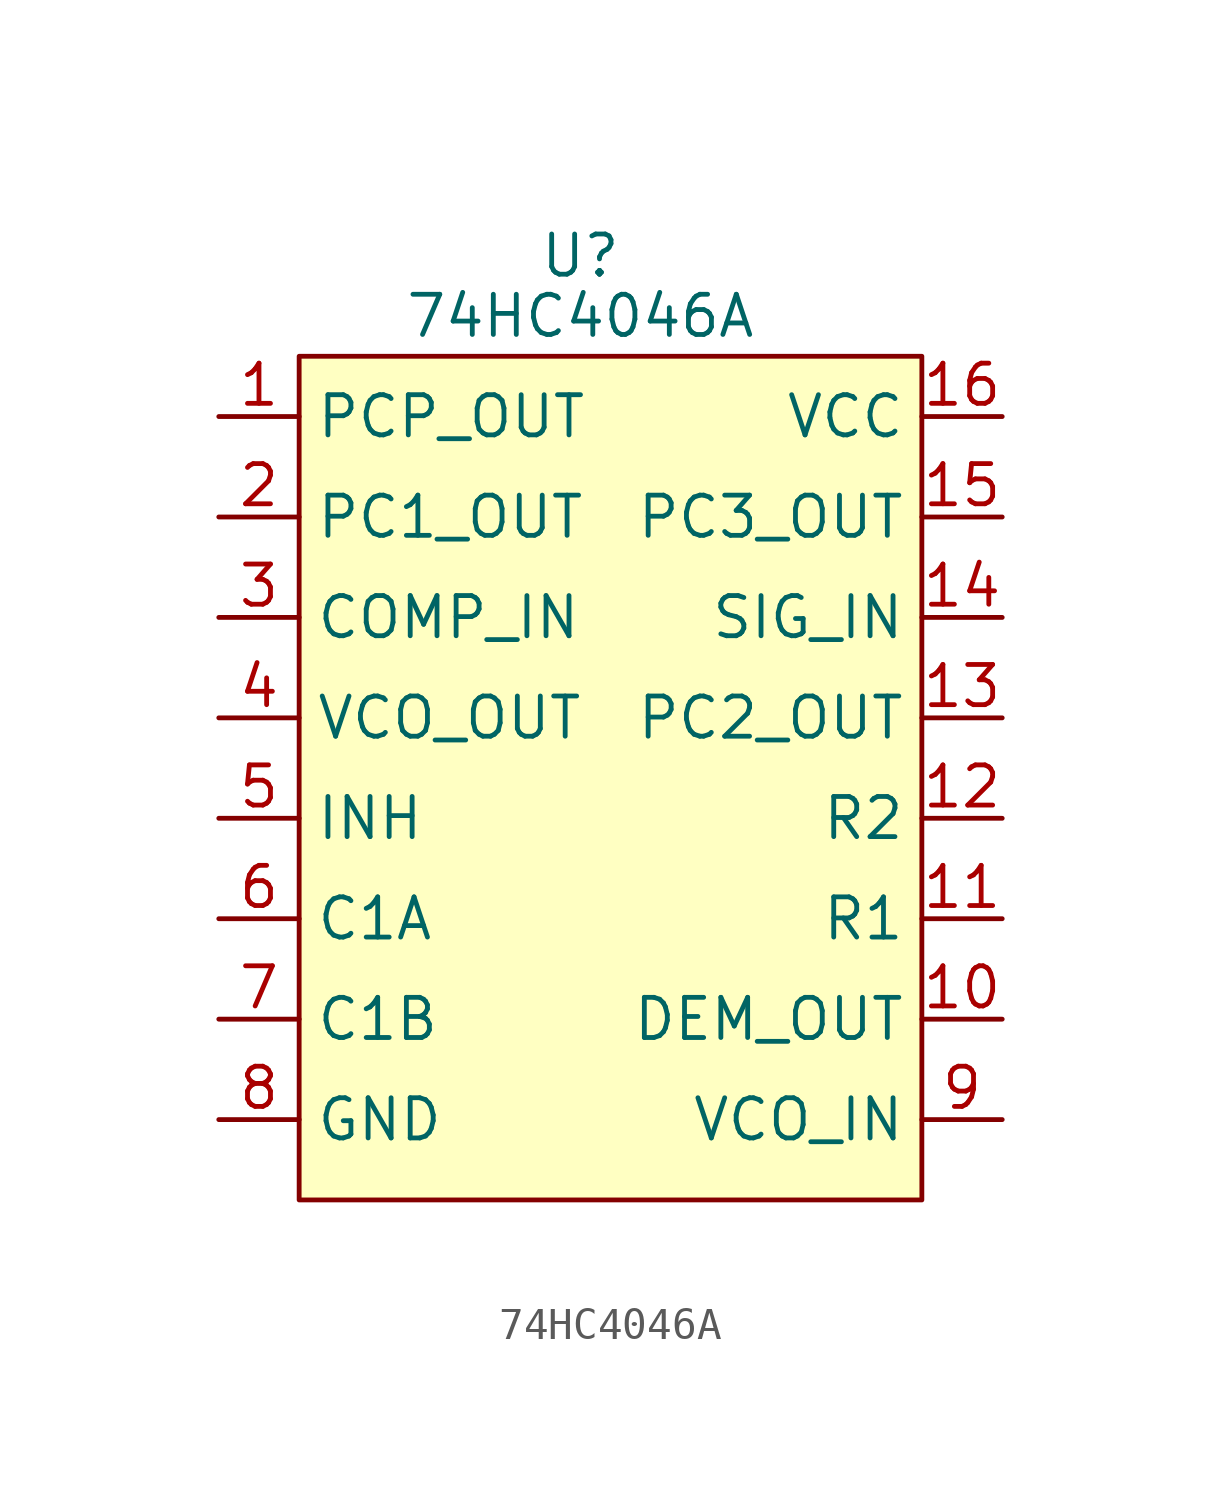
<source format=kicad_sym>
(kicad_symbol_lib
  (version 20211014)
  (generator kicad_symbol_editor)
  (symbol "74HC4046A"
    (property "Reference" "U"
      (at 0 3.81 0)
      (effects (font (size 1.27 1.27))))
    (property "Value" "74HC4046A"
      (at 0 1.905 0)
      (effects (font (size 1.27 1.27))))
    (symbol "74HC4046A_0_1"
      (rectangle (start -8.89 0.635) (end 10.795 -26.035) (stroke (width 0) (type default) (color 0 0 0 0)) (fill (type background))))
    (symbol "74HC4046A_1_1"
      (pin input line (at -11.43 -1.27 0) (length 2.54) (name "PCP_OUT" (effects (font (size 1.27 1.27)))) (number "1" (effects (font (size 1.27 1.27)))))
      (pin input line (at 13.335 -20.32 180) (length 2.54) (name "DEM_OUT" (effects (font (size 1.27 1.27)))) (number "10" (effects (font (size 1.27 1.27)))))
      (pin input line (at 13.335 -17.145 180) (length 2.54) (name "R1" (effects (font (size 1.27 1.27)))) (number "11" (effects (font (size 1.27 1.27)))))
      (pin input line (at 13.335 -13.97 180) (length 2.54) (name "R2" (effects (font (size 1.27 1.27)))) (number "12" (effects (font (size 1.27 1.27)))))
      (pin input line (at 13.335 -10.795 180) (length 2.54) (name "PC2_OUT" (effects (font (size 1.27 1.27)))) (number "13" (effects (font (size 1.27 1.27)))))
      (pin input line (at 13.335 -7.62 180) (length 2.54) (name "SIG_IN" (effects (font (size 1.27 1.27)))) (number "14" (effects (font (size 1.27 1.27)))))
      (pin input line (at 13.335 -4.445 180) (length 2.54) (name "PC3_OUT" (effects (font (size 1.27 1.27)))) (number "15" (effects (font (size 1.27 1.27)))))
      (pin input line (at 13.335 -1.27 180) (length 2.54) (name "VCC" (effects (font (size 1.27 1.27)))) (number "16" (effects (font (size 1.27 1.27)))))
      (pin input line (at -11.43 -4.445 0) (length 2.54) (name "PC1_OUT" (effects (font (size 1.27 1.27)))) (number "2" (effects (font (size 1.27 1.27)))))
      (pin input line (at -11.43 -7.62 0) (length 2.54) (name "COMP_IN" (effects (font (size 1.27 1.27)))) (number "3" (effects (font (size 1.27 1.27)))))
      (pin input line (at -11.43 -10.795 0) (length 2.54) (name "VCO_OUT" (effects (font (size 1.27 1.27)))) (number "4" (effects (font (size 1.27 1.27)))))
      (pin input line (at -11.43 -13.97 0) (length 2.54) (name "INH" (effects (font (size 1.27 1.27)))) (number "5" (effects (font (size 1.27 1.27)))))
      (pin input line (at -11.43 -17.145 0) (length 2.54) (name "C1A" (effects (font (size 1.27 1.27)))) (number "6" (effects (font (size 1.27 1.27)))))
      (pin input line (at -11.43 -20.32 0) (length 2.54) (name "C1B" (effects (font (size 1.27 1.27)))) (number "7" (effects (font (size 1.27 1.27)))))
      (pin input line (at -11.43 -23.495 0) (length 2.54) (name "GND" (effects (font (size 1.27 1.27)))) (number "8" (effects (font (size 1.27 1.27)))))
      (pin input line (at 13.335 -23.495 180) (length 2.54) (name "VCO_IN" (effects (font (size 1.27 1.27)))) (number "9" (effects (font (size 1.27 1.27))))))))
</source>
